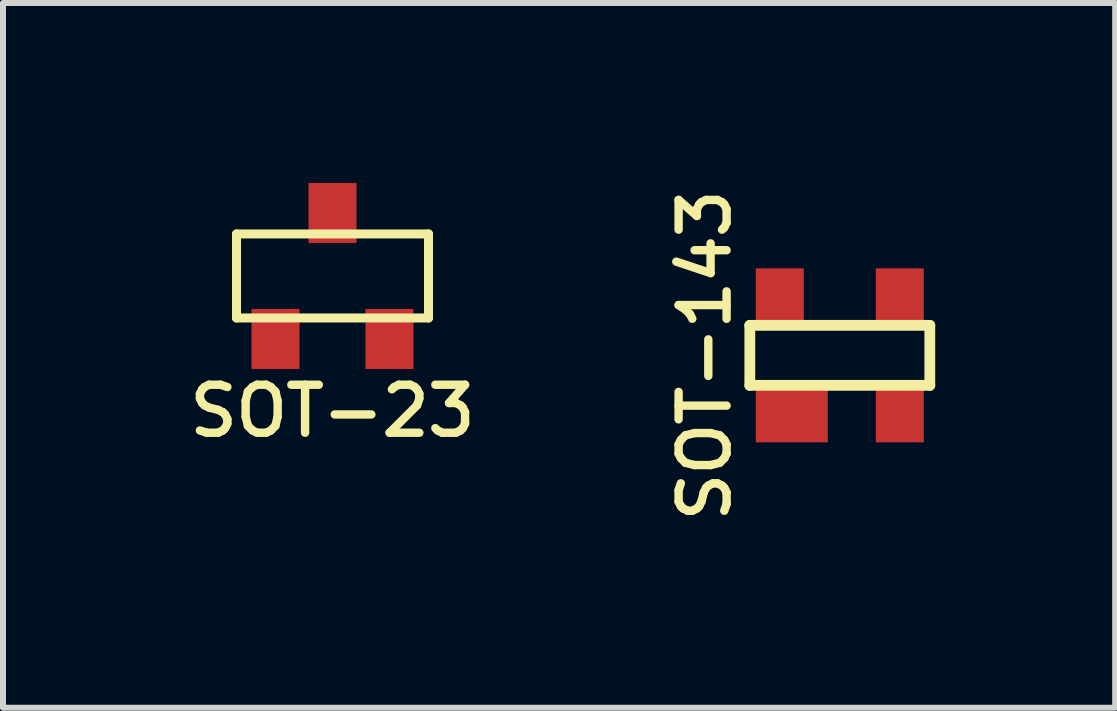
<source format=kicad_pcb>
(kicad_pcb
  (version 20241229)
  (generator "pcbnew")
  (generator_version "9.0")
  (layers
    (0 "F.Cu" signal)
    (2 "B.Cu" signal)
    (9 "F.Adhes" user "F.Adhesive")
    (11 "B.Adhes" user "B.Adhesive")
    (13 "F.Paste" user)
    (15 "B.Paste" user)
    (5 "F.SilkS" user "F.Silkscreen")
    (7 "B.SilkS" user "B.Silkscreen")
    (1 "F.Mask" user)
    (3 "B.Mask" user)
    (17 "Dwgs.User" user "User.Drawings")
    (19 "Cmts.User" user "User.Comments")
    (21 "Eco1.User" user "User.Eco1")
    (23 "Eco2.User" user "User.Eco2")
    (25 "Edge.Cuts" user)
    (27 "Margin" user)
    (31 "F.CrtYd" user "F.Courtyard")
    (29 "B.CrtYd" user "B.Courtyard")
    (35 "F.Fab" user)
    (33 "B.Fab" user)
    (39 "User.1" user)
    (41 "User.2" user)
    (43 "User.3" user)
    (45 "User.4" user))
  (footprint "SOT-23"
    (layer "F.Cu")
    (at 2.492 1.55)
    (property "Reference" "SOT-23" (at 0 2.25 0) (layer "F.SilkS") (effects (font (size 0.8 0.8) (thickness 0.14))))
    (attr smd)
    (fp_line (start -1.6 -0.7) (end -1.6 0.7) (stroke (width 0.15) (type solid)) (layer "F.SilkS"))
    (fp_line (start -1.6 0.7) (end 1.6 0.7) (stroke (width 0.15) (type solid)) (layer "F.SilkS"))
    (fp_line (start 1.6 -0.7) (end -1.6 -0.7) (stroke (width 0.15) (type solid)) (layer "F.SilkS"))
    (fp_line (start 1.6 0.7) (end 1.6 -0.7) (stroke (width 0.15) (type solid)) (layer "F.SilkS"))
    (pad "1" smd rect (at -0.95 1.05) (size 0.8 1) (layers "F.Cu" "F.Mask" "F.Paste"))
    (pad "2" smd rect (at 0.95 1.05) (size 0.8 1) (layers "F.Cu" "F.Mask" "F.Paste"))
    (pad "3" smd rect (at 0 -1.05) (size 0.8 1) (layers "F.Cu" "F.Mask" "F.Paste")))
  (footprint "SOT-143"
    (layer "F.Cu")
    (at 10.948 2.873)
    (property "Reference" "SOT-143" (at -2.25 0 90) (layer "F.SilkS") (effects (font (size 0.8 0.8) (thickness 0.14))))
    (attr through_hole)
    (fp_line (start -1.5 -0.5) (end -1.5 0.5) (stroke (width 0.18) (type solid)) (layer "F.SilkS"))
    (fp_line (start -1.5 -0.5) (end 1.5 -0.5) (stroke (width 0.18) (type solid)) (layer "F.SilkS"))
    (fp_line (start 1.5 -0.5) (end 1.5 0.5) (stroke (width 0.18) (type solid)) (layer "F.SilkS"))
    (fp_line (start 1.5 0.5) (end -1.5 0.5) (stroke (width 0.18) (type solid)) (layer "F.SilkS"))
    (pad "1" smd rect (at -0.8 1) (size 1.2 0.9) (layers "F.Cu" "F.Mask" "F.Paste"))
    (pad "2" smd rect (at 1 1) (size 0.8 0.9) (layers "F.Cu" "F.Mask" "F.Paste"))
    (pad "3" smd rect (at 1 -1) (size 0.8 0.9) (layers "F.Cu" "F.Mask" "F.Paste"))
    (pad "4" smd rect (at -1 -1) (size 0.8 0.9) (layers "F.Cu" "F.Mask" "F.Paste")))
  (gr_rect
    (start -3 -3)
    (end 15.538 8.746)
    (stroke (width 0.1) (type default))
    (fill no)
    (layer "Edge.Cuts")))
</source>
